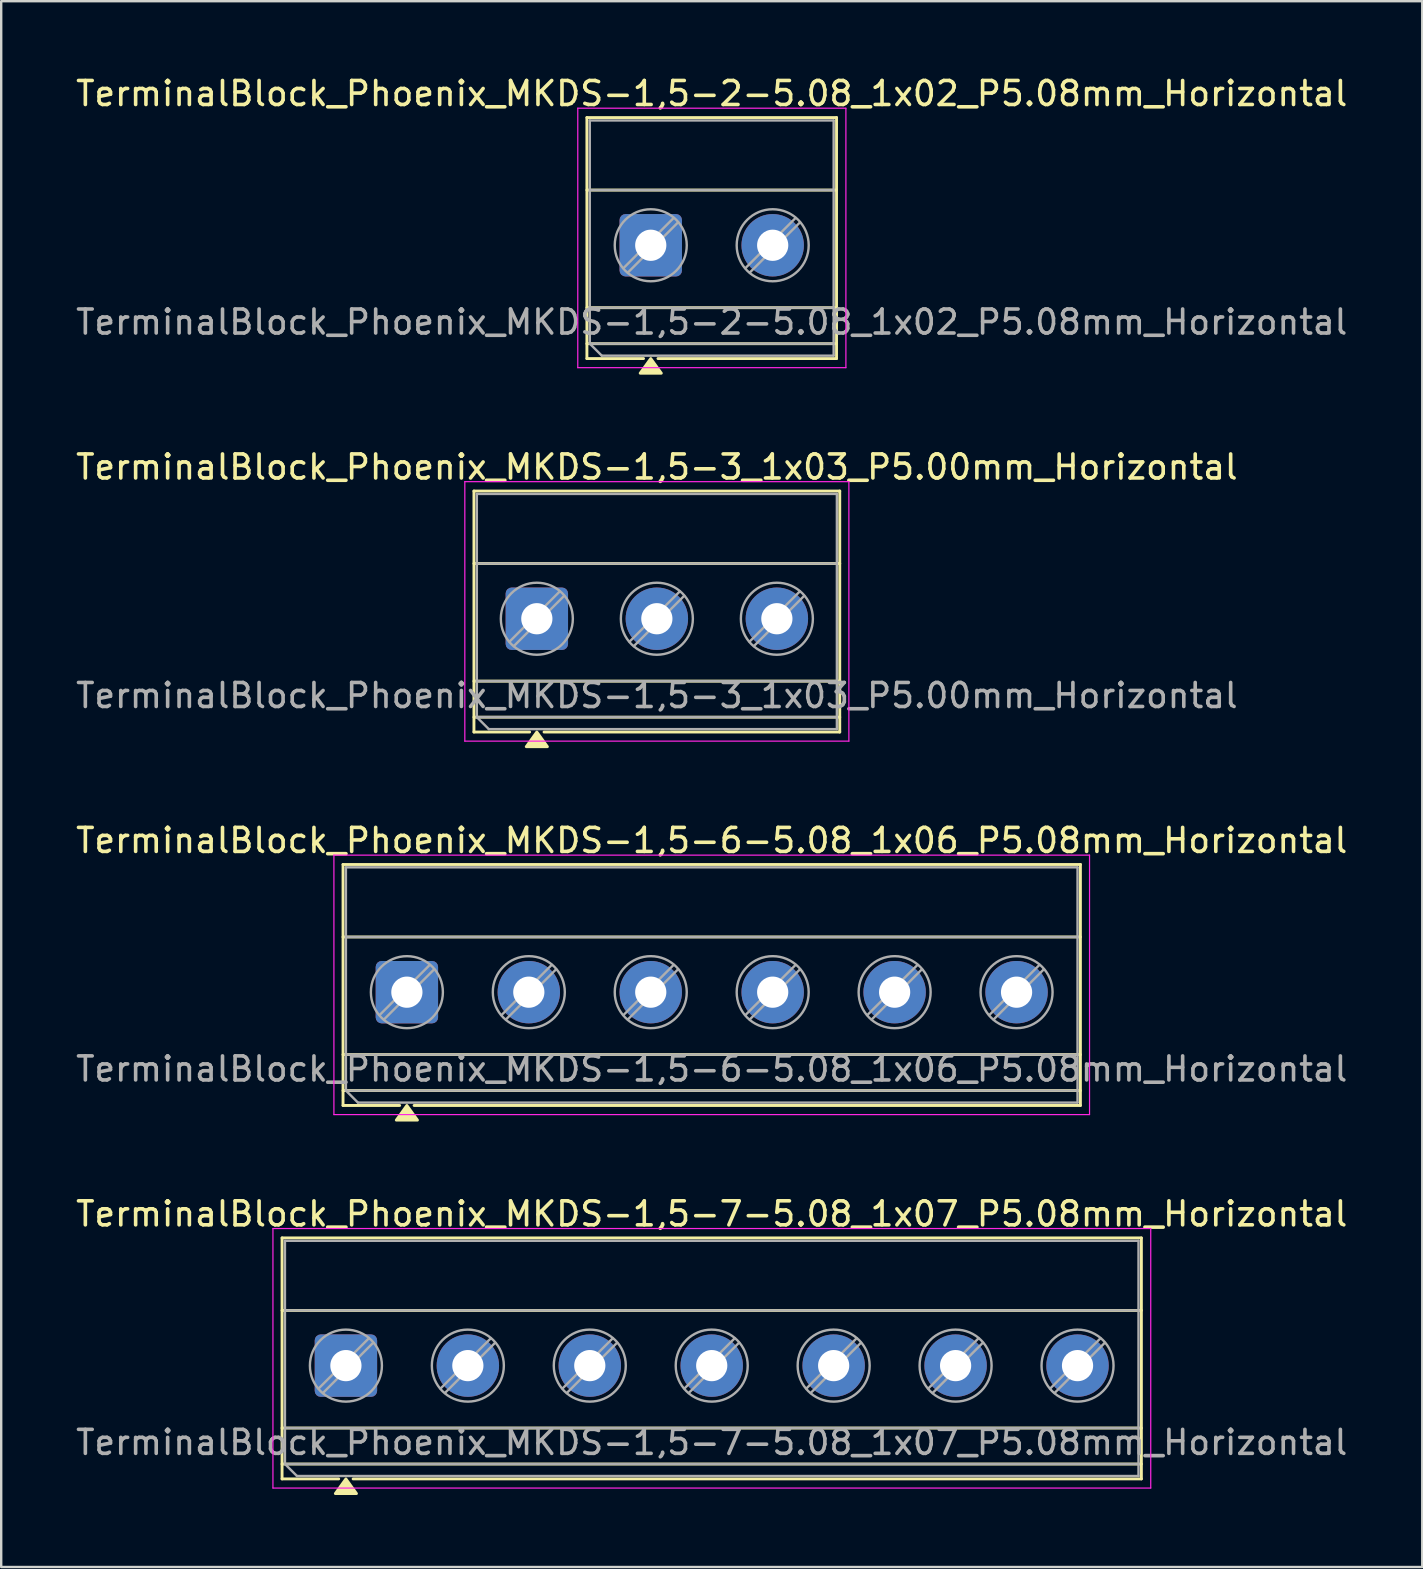
<source format=kicad_pcb>
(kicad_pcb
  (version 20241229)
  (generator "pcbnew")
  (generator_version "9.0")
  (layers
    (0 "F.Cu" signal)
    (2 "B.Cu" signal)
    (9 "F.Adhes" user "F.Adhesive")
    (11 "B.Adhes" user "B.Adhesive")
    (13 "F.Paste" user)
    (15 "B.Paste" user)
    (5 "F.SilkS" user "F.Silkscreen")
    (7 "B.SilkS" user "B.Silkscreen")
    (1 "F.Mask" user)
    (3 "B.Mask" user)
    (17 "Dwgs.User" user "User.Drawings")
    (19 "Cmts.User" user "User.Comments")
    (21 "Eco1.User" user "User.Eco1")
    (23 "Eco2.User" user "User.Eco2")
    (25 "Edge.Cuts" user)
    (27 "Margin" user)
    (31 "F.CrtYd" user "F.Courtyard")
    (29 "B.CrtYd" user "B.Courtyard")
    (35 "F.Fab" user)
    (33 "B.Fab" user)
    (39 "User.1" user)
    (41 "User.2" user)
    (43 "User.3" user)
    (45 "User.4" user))
  (footprint "TerminalBlock_Phoenix_MKDS-1,5-7-5.08_1x07_P5.08mm_Horizontal"
    (layer "F.Cu")
    (at 11.361 53.843)
    (property "Reference" "TerminalBlock_Phoenix_MKDS-1,5-7-5.08_1x07_P5.08mm_Horizontal" (at 15.24 -6.32 0) (layer "F.SilkS") (effects (font (size 1 1) (thickness 0.15))))
    (attr through_hole)
    (fp_line (start -2.66 -5.32) (end -2.66 4.72) (stroke (width 0.12) (type solid)) (layer "F.SilkS"))
    (fp_line (start -2.66 -5.32) (end 33.14 -5.32) (stroke (width 0.12) (type solid)) (layer "F.SilkS"))
    (fp_line (start -2.66 -2.3) (end 33.14 -2.3) (stroke (width 0.12) (type solid)) (layer "F.SilkS"))
    (fp_line (start -2.66 2.6) (end 33.14 2.6) (stroke (width 0.12) (type solid)) (layer "F.SilkS"))
    (fp_line (start -2.66 4.1) (end 33.14 4.1) (stroke (width 0.12) (type solid)) (layer "F.SilkS"))
    (fp_line (start -2.66 4.72) (end -0.3 4.72) (stroke (width 0.12) (type solid)) (layer "F.SilkS"))
    (fp_line (start 0.3 4.72) (end 33.14 4.72) (stroke (width 0.12) (type solid)) (layer "F.SilkS"))
    (fp_line (start 33.14 -5.32) (end 33.14 4.72) (stroke (width 0.12) (type solid)) (layer "F.SilkS"))
    (fp_poly (pts (xy 0 4.72) (xy 0.44 5.33) (xy -0.44 5.33)) (stroke (width 0.12) (type solid)) (fill yes) (layer "F.SilkS"))
    (fp_line (start -3.04 -5.71) (end -3.04 5.1) (stroke (width 0.05) (type solid)) (layer "F.CrtYd"))
    (fp_line (start -3.04 5.1) (end 33.53 5.1) (stroke (width 0.05) (type solid)) (layer "F.CrtYd"))
    (fp_line (start 33.53 -5.71) (end -3.04 -5.71) (stroke (width 0.05) (type solid)) (layer "F.CrtYd"))
    (fp_line (start 33.53 5.1) (end 33.53 -5.71) (stroke (width 0.05) (type solid)) (layer "F.CrtYd"))
    (fp_line (start -2.54 -5.2) (end 33.02 -5.2) (stroke (width 0.1) (type solid)) (layer "F.Fab"))
    (fp_line (start -2.54 -2.3) (end 33.02 -2.3) (stroke (width 0.1) (type solid)) (layer "F.Fab"))
    (fp_line (start -2.54 2.6) (end 33.02 2.6) (stroke (width 0.1) (type solid)) (layer "F.Fab"))
    (fp_line (start -2.54 4.1) (end -2.54 -5.2) (stroke (width 0.1) (type solid)) (layer "F.Fab"))
    (fp_line (start -2.54 4.1) (end 33.02 4.1) (stroke (width 0.1) (type solid)) (layer "F.Fab"))
    (fp_line (start -2.04 4.6) (end -2.54 4.1) (stroke (width 0.1) (type solid)) (layer "F.Fab"))
    (fp_line (start 0.955 -1.138) (end -1.138 0.954) (stroke (width 0.1) (type solid)) (layer "F.Fab"))
    (fp_line (start 1.138 -0.954) (end -0.955 1.137) (stroke (width 0.1) (type solid)) (layer "F.Fab"))
    (fp_line (start 6.035 -1.138) (end 3.942 0.954) (stroke (width 0.1) (type solid)) (layer "F.Fab"))
    (fp_line (start 6.218 -0.954) (end 4.125 1.137) (stroke (width 0.1) (type solid)) (layer "F.Fab"))
    (fp_line (start 11.115 -1.138) (end 9.022 0.954) (stroke (width 0.1) (type solid)) (layer "F.Fab"))
    (fp_line (start 11.298 -0.954) (end 9.205 1.137) (stroke (width 0.1) (type solid)) (layer "F.Fab"))
    (fp_line (start 16.195 -1.138) (end 14.102 0.954) (stroke (width 0.1) (type solid)) (layer "F.Fab"))
    (fp_line (start 16.378 -0.954) (end 14.285 1.137) (stroke (width 0.1) (type solid)) (layer "F.Fab"))
    (fp_line (start 21.275 -1.138) (end 19.182 0.954) (stroke (width 0.1) (type solid)) (layer "F.Fab"))
    (fp_line (start 21.458 -0.954) (end 19.365 1.137) (stroke (width 0.1) (type solid)) (layer "F.Fab"))
    (fp_line (start 26.355 -1.138) (end 24.262 0.954) (stroke (width 0.1) (type solid)) (layer "F.Fab"))
    (fp_line (start 26.538 -0.954) (end 24.445 1.137) (stroke (width 0.1) (type solid)) (layer "F.Fab"))
    (fp_line (start 31.435 -1.138) (end 29.342 0.954) (stroke (width 0.1) (type solid)) (layer "F.Fab"))
    (fp_line (start 31.618 -0.954) (end 29.525 1.137) (stroke (width 0.1) (type solid)) (layer "F.Fab"))
    (fp_line (start 33.02 -5.2) (end 33.02 4.6) (stroke (width 0.1) (type solid)) (layer "F.Fab"))
    (fp_line (start 33.02 4.6) (end -2.04 4.6) (stroke (width 0.1) (type solid)) (layer "F.Fab"))
    (fp_circle (center 0 0) (end 1.5 0) (stroke (width 0.1) (type solid)) (fill no) (layer "F.Fab"))
    (fp_circle (center 5.08 0) (end 6.58 0) (stroke (width 0.1) (type solid)) (fill no) (layer "F.Fab"))
    (fp_circle (center 10.16 0) (end 11.66 0) (stroke (width 0.1) (type solid)) (fill no) (layer "F.Fab"))
    (fp_circle (center 15.24 0) (end 16.74 0) (stroke (width 0.1) (type solid)) (fill no) (layer "F.Fab"))
    (fp_circle (center 20.32 0) (end 21.82 0) (stroke (width 0.1) (type solid)) (fill no) (layer "F.Fab"))
    (fp_circle (center 25.4 0) (end 26.9 0) (stroke (width 0.1) (type solid)) (fill no) (layer "F.Fab"))
    (fp_circle (center 30.48 0) (end 31.98 0) (stroke (width 0.1) (type solid)) (fill no) (layer "F.Fab"))
    (fp_text user "${REFERENCE}" (at 15.24 3.2 0) (layer "F.Fab") (effects (font (size 1 1) (thickness 0.15))))
    (pad "1" thru_hole roundrect (at 0 0) (size 2.6 2.6) (drill 1.3) (layers "*.Cu" "*.Mask") (roundrect_rratio 0.096))
    (pad "2" thru_hole circle (at 5.08 0) (size 2.6 2.6) (drill 1.3) (layers "*.Cu" "*.Mask"))
    (pad "3" thru_hole circle (at 10.16 0) (size 2.6 2.6) (drill 1.3) (layers "*.Cu" "*.Mask"))
    (pad "4" thru_hole circle (at 15.24 0) (size 2.6 2.6) (drill 1.3) (layers "*.Cu" "*.Mask"))
    (pad "5" thru_hole circle (at 20.32 0) (size 2.6 2.6) (drill 1.3) (layers "*.Cu" "*.Mask"))
    (pad "6" thru_hole circle (at 25.4 0) (size 2.6 2.6) (drill 1.3) (layers "*.Cu" "*.Mask"))
    (pad "7" thru_hole circle (at 30.48 0) (size 2.6 2.6) (drill 1.3) (layers "*.Cu" "*.Mask")))
  (footprint "TerminalBlock_Phoenix_MKDS-1,5-3_1x03_P5.00mm_Horizontal"
    (layer "F.Cu")
    (at 19.315 22.727)
    (property "Reference" "TerminalBlock_Phoenix_MKDS-1,5-3_1x03_P5.00mm_Horizontal" (at 5 -6.32 0) (layer "F.SilkS") (effects (font (size 1 1) (thickness 0.15))))
    (attr through_hole)
    (fp_line (start -2.62 -5.32) (end -2.62 4.72) (stroke (width 0.12) (type solid)) (layer "F.SilkS"))
    (fp_line (start -2.62 -5.32) (end 12.62 -5.32) (stroke (width 0.12) (type solid)) (layer "F.SilkS"))
    (fp_line (start -2.62 -2.3) (end 12.62 -2.3) (stroke (width 0.12) (type solid)) (layer "F.SilkS"))
    (fp_line (start -2.62 2.6) (end 12.62 2.6) (stroke (width 0.12) (type solid)) (layer "F.SilkS"))
    (fp_line (start -2.62 4.1) (end 12.62 4.1) (stroke (width 0.12) (type solid)) (layer "F.SilkS"))
    (fp_line (start -2.62 4.72) (end -0.3 4.72) (stroke (width 0.12) (type solid)) (layer "F.SilkS"))
    (fp_line (start 0.3 4.72) (end 12.62 4.72) (stroke (width 0.12) (type solid)) (layer "F.SilkS"))
    (fp_line (start 12.62 -5.32) (end 12.62 4.72) (stroke (width 0.12) (type solid)) (layer "F.SilkS"))
    (fp_poly (pts (xy 0 4.72) (xy 0.44 5.33) (xy -0.44 5.33)) (stroke (width 0.12) (type solid)) (fill yes) (layer "F.SilkS"))
    (fp_line (start -3 -5.71) (end -3 5.1) (stroke (width 0.05) (type solid)) (layer "F.CrtYd"))
    (fp_line (start -3 5.1) (end 13 5.1) (stroke (width 0.05) (type solid)) (layer "F.CrtYd"))
    (fp_line (start 13 -5.71) (end -3 -5.71) (stroke (width 0.05) (type solid)) (layer "F.CrtYd"))
    (fp_line (start 13 5.1) (end 13 -5.71) (stroke (width 0.05) (type solid)) (layer "F.CrtYd"))
    (fp_line (start -2.5 -5.2) (end 12.5 -5.2) (stroke (width 0.1) (type solid)) (layer "F.Fab"))
    (fp_line (start -2.5 -2.3) (end 12.5 -2.3) (stroke (width 0.1) (type solid)) (layer "F.Fab"))
    (fp_line (start -2.5 2.6) (end 12.5 2.6) (stroke (width 0.1) (type solid)) (layer "F.Fab"))
    (fp_line (start -2.5 4.1) (end -2.5 -5.2) (stroke (width 0.1) (type solid)) (layer "F.Fab"))
    (fp_line (start -2.5 4.1) (end 12.5 4.1) (stroke (width 0.1) (type solid)) (layer "F.Fab"))
    (fp_line (start -2 4.6) (end -2.5 4.1) (stroke (width 0.1) (type solid)) (layer "F.Fab"))
    (fp_line (start 0.955 -1.138) (end -1.138 0.954) (stroke (width 0.1) (type solid)) (layer "F.Fab"))
    (fp_line (start 1.138 -0.954) (end -0.955 1.137) (stroke (width 0.1) (type solid)) (layer "F.Fab"))
    (fp_line (start 5.955 -1.138) (end 3.862 0.954) (stroke (width 0.1) (type solid)) (layer "F.Fab"))
    (fp_line (start 6.138 -0.954) (end 4.045 1.137) (stroke (width 0.1) (type solid)) (layer "F.Fab"))
    (fp_line (start 10.955 -1.138) (end 8.862 0.954) (stroke (width 0.1) (type solid)) (layer "F.Fab"))
    (fp_line (start 11.138 -0.954) (end 9.045 1.137) (stroke (width 0.1) (type solid)) (layer "F.Fab"))
    (fp_line (start 12.5 -5.2) (end 12.5 4.6) (stroke (width 0.1) (type solid)) (layer "F.Fab"))
    (fp_line (start 12.5 4.6) (end -2 4.6) (stroke (width 0.1) (type solid)) (layer "F.Fab"))
    (fp_circle (center 0 0) (end 1.5 0) (stroke (width 0.1) (type solid)) (fill no) (layer "F.Fab"))
    (fp_circle (center 5 0) (end 6.5 0) (stroke (width 0.1) (type solid)) (fill no) (layer "F.Fab"))
    (fp_circle (center 10 0) (end 11.5 0) (stroke (width 0.1) (type solid)) (fill no) (layer "F.Fab"))
    (fp_text user "${REFERENCE}" (at 5 3.2 0) (layer "F.Fab") (effects (font (size 1 1) (thickness 0.15))))
    (pad "1" thru_hole roundrect (at 0 0) (size 2.6 2.6) (drill 1.3) (layers "*.Cu" "*.Mask") (roundrect_rratio 0.096))
    (pad "2" thru_hole circle (at 5 0) (size 2.6 2.6) (drill 1.3) (layers "*.Cu" "*.Mask"))
    (pad "3" thru_hole circle (at 10 0) (size 2.6 2.6) (drill 1.3) (layers "*.Cu" "*.Mask")))
  (footprint "TerminalBlock_Phoenix_MKDS-1,5-2-5.08_1x02_P5.08mm_Horizontal"
    (layer "F.Cu")
    (at 24.061 7.168)
    (property "Reference" "TerminalBlock_Phoenix_MKDS-1,5-2-5.08_1x02_P5.08mm_Horizontal" (at 2.54 -6.32 0) (layer "F.SilkS") (effects (font (size 1 1) (thickness 0.15))))
    (attr through_hole)
    (fp_line (start -2.66 -5.32) (end -2.66 4.72) (stroke (width 0.12) (type solid)) (layer "F.SilkS"))
    (fp_line (start -2.66 -5.32) (end 7.74 -5.32) (stroke (width 0.12) (type solid)) (layer "F.SilkS"))
    (fp_line (start -2.66 -2.3) (end 7.74 -2.3) (stroke (width 0.12) (type solid)) (layer "F.SilkS"))
    (fp_line (start -2.66 2.6) (end 7.74 2.6) (stroke (width 0.12) (type solid)) (layer "F.SilkS"))
    (fp_line (start -2.66 4.1) (end 7.74 4.1) (stroke (width 0.12) (type solid)) (layer "F.SilkS"))
    (fp_line (start -2.66 4.72) (end -0.3 4.72) (stroke (width 0.12) (type solid)) (layer "F.SilkS"))
    (fp_line (start 0.3 4.72) (end 7.74 4.72) (stroke (width 0.12) (type solid)) (layer "F.SilkS"))
    (fp_line (start 7.74 -5.32) (end 7.74 4.72) (stroke (width 0.12) (type solid)) (layer "F.SilkS"))
    (fp_poly (pts (xy 0 4.72) (xy 0.44 5.33) (xy -0.44 5.33)) (stroke (width 0.12) (type solid)) (fill yes) (layer "F.SilkS"))
    (fp_line (start -3.04 -5.71) (end -3.04 5.1) (stroke (width 0.05) (type solid)) (layer "F.CrtYd"))
    (fp_line (start -3.04 5.1) (end 8.13 5.1) (stroke (width 0.05) (type solid)) (layer "F.CrtYd"))
    (fp_line (start 8.13 -5.71) (end -3.04 -5.71) (stroke (width 0.05) (type solid)) (layer "F.CrtYd"))
    (fp_line (start 8.13 5.1) (end 8.13 -5.71) (stroke (width 0.05) (type solid)) (layer "F.CrtYd"))
    (fp_line (start -2.54 -5.2) (end 7.62 -5.2) (stroke (width 0.1) (type solid)) (layer "F.Fab"))
    (fp_line (start -2.54 -2.3) (end 7.62 -2.3) (stroke (width 0.1) (type solid)) (layer "F.Fab"))
    (fp_line (start -2.54 2.6) (end 7.62 2.6) (stroke (width 0.1) (type solid)) (layer "F.Fab"))
    (fp_line (start -2.54 4.1) (end -2.54 -5.2) (stroke (width 0.1) (type solid)) (layer "F.Fab"))
    (fp_line (start -2.54 4.1) (end 7.62 4.1) (stroke (width 0.1) (type solid)) (layer "F.Fab"))
    (fp_line (start -2.04 4.6) (end -2.54 4.1) (stroke (width 0.1) (type solid)) (layer "F.Fab"))
    (fp_line (start 0.955 -1.138) (end -1.138 0.954) (stroke (width 0.1) (type solid)) (layer "F.Fab"))
    (fp_line (start 1.138 -0.954) (end -0.955 1.137) (stroke (width 0.1) (type solid)) (layer "F.Fab"))
    (fp_line (start 6.035 -1.138) (end 3.942 0.954) (stroke (width 0.1) (type solid)) (layer "F.Fab"))
    (fp_line (start 6.218 -0.954) (end 4.125 1.137) (stroke (width 0.1) (type solid)) (layer "F.Fab"))
    (fp_line (start 7.62 -5.2) (end 7.62 4.6) (stroke (width 0.1) (type solid)) (layer "F.Fab"))
    (fp_line (start 7.62 4.6) (end -2.04 4.6) (stroke (width 0.1) (type solid)) (layer "F.Fab"))
    (fp_circle (center 0 0) (end 1.5 0) (stroke (width 0.1) (type solid)) (fill no) (layer "F.Fab"))
    (fp_circle (center 5.08 0) (end 6.58 0) (stroke (width 0.1) (type solid)) (fill no) (layer "F.Fab"))
    (fp_text user "${REFERENCE}" (at 2.54 3.2 0) (layer "F.Fab") (effects (font (size 1 1) (thickness 0.15))))
    (pad "1" thru_hole roundrect (at 0 0) (size 2.6 2.6) (drill 1.3) (layers "*.Cu" "*.Mask") (roundrect_rratio 0.096))
    (pad "2" thru_hole circle (at 5.08 0) (size 2.6 2.6) (drill 1.3) (layers "*.Cu" "*.Mask")))
  (footprint "TerminalBlock_Phoenix_MKDS-1,5-6-5.08_1x06_P5.08mm_Horizontal"
    (layer "F.Cu")
    (at 13.901 38.285)
    (property "Reference" "TerminalBlock_Phoenix_MKDS-1,5-6-5.08_1x06_P5.08mm_Horizontal" (at 12.7 -6.32 0) (layer "F.SilkS") (effects (font (size 1 1) (thickness 0.15))))
    (attr through_hole)
    (fp_line (start -2.66 -5.32) (end -2.66 4.72) (stroke (width 0.12) (type solid)) (layer "F.SilkS"))
    (fp_line (start -2.66 -5.32) (end 28.06 -5.32) (stroke (width 0.12) (type solid)) (layer "F.SilkS"))
    (fp_line (start -2.66 -2.3) (end 28.06 -2.3) (stroke (width 0.12) (type solid)) (layer "F.SilkS"))
    (fp_line (start -2.66 2.6) (end 28.06 2.6) (stroke (width 0.12) (type solid)) (layer "F.SilkS"))
    (fp_line (start -2.66 4.1) (end 28.06 4.1) (stroke (width 0.12) (type solid)) (layer "F.SilkS"))
    (fp_line (start -2.66 4.72) (end -0.3 4.72) (stroke (width 0.12) (type solid)) (layer "F.SilkS"))
    (fp_line (start 0.3 4.72) (end 28.06 4.72) (stroke (width 0.12) (type solid)) (layer "F.SilkS"))
    (fp_line (start 28.06 -5.32) (end 28.06 4.72) (stroke (width 0.12) (type solid)) (layer "F.SilkS"))
    (fp_poly (pts (xy 0 4.72) (xy 0.44 5.33) (xy -0.44 5.33)) (stroke (width 0.12) (type solid)) (fill yes) (layer "F.SilkS"))
    (fp_line (start -3.04 -5.71) (end -3.04 5.1) (stroke (width 0.05) (type solid)) (layer "F.CrtYd"))
    (fp_line (start -3.04 5.1) (end 28.44 5.1) (stroke (width 0.05) (type solid)) (layer "F.CrtYd"))
    (fp_line (start 28.44 -5.71) (end -3.04 -5.71) (stroke (width 0.05) (type solid)) (layer "F.CrtYd"))
    (fp_line (start 28.44 5.1) (end 28.44 -5.71) (stroke (width 0.05) (type solid)) (layer "F.CrtYd"))
    (fp_line (start -2.54 -5.2) (end 27.94 -5.2) (stroke (width 0.1) (type solid)) (layer "F.Fab"))
    (fp_line (start -2.54 -2.3) (end 27.94 -2.3) (stroke (width 0.1) (type solid)) (layer "F.Fab"))
    (fp_line (start -2.54 2.6) (end 27.94 2.6) (stroke (width 0.1) (type solid)) (layer "F.Fab"))
    (fp_line (start -2.54 4.1) (end -2.54 -5.2) (stroke (width 0.1) (type solid)) (layer "F.Fab"))
    (fp_line (start -2.54 4.1) (end 27.94 4.1) (stroke (width 0.1) (type solid)) (layer "F.Fab"))
    (fp_line (start -2.04 4.6) (end -2.54 4.1) (stroke (width 0.1) (type solid)) (layer "F.Fab"))
    (fp_line (start 0.955 -1.138) (end -1.138 0.954) (stroke (width 0.1) (type solid)) (layer "F.Fab"))
    (fp_line (start 1.138 -0.954) (end -0.955 1.137) (stroke (width 0.1) (type solid)) (layer "F.Fab"))
    (fp_line (start 6.035 -1.138) (end 3.942 0.954) (stroke (width 0.1) (type solid)) (layer "F.Fab"))
    (fp_line (start 6.218 -0.954) (end 4.125 1.137) (stroke (width 0.1) (type solid)) (layer "F.Fab"))
    (fp_line (start 11.115 -1.138) (end 9.022 0.954) (stroke (width 0.1) (type solid)) (layer "F.Fab"))
    (fp_line (start 11.298 -0.954) (end 9.205 1.137) (stroke (width 0.1) (type solid)) (layer "F.Fab"))
    (fp_line (start 16.195 -1.138) (end 14.102 0.954) (stroke (width 0.1) (type solid)) (layer "F.Fab"))
    (fp_line (start 16.378 -0.954) (end 14.285 1.137) (stroke (width 0.1) (type solid)) (layer "F.Fab"))
    (fp_line (start 21.275 -1.138) (end 19.182 0.954) (stroke (width 0.1) (type solid)) (layer "F.Fab"))
    (fp_line (start 21.458 -0.954) (end 19.365 1.137) (stroke (width 0.1) (type solid)) (layer "F.Fab"))
    (fp_line (start 26.355 -1.138) (end 24.262 0.954) (stroke (width 0.1) (type solid)) (layer "F.Fab"))
    (fp_line (start 26.538 -0.954) (end 24.445 1.137) (stroke (width 0.1) (type solid)) (layer "F.Fab"))
    (fp_line (start 27.94 -5.2) (end 27.94 4.6) (stroke (width 0.1) (type solid)) (layer "F.Fab"))
    (fp_line (start 27.94 4.6) (end -2.04 4.6) (stroke (width 0.1) (type solid)) (layer "F.Fab"))
    (fp_circle (center 0 0) (end 1.5 0) (stroke (width 0.1) (type solid)) (fill no) (layer "F.Fab"))
    (fp_circle (center 5.08 0) (end 6.58 0) (stroke (width 0.1) (type solid)) (fill no) (layer "F.Fab"))
    (fp_circle (center 10.16 0) (end 11.66 0) (stroke (width 0.1) (type solid)) (fill no) (layer "F.Fab"))
    (fp_circle (center 15.24 0) (end 16.74 0) (stroke (width 0.1) (type solid)) (fill no) (layer "F.Fab"))
    (fp_circle (center 20.32 0) (end 21.82 0) (stroke (width 0.1) (type solid)) (fill no) (layer "F.Fab"))
    (fp_circle (center 25.4 0) (end 26.9 0) (stroke (width 0.1) (type solid)) (fill no) (layer "F.Fab"))
    (fp_text user "${REFERENCE}" (at 12.7 3.2 0) (layer "F.Fab") (effects (font (size 1 1) (thickness 0.15))))
    (pad "1" thru_hole roundrect (at 0 0) (size 2.6 2.6) (drill 1.3) (layers "*.Cu" "*.Mask") (roundrect_rratio 0.096))
    (pad "2" thru_hole circle (at 5.08 0) (size 2.6 2.6) (drill 1.3) (layers "*.Cu" "*.Mask"))
    (pad "3" thru_hole circle (at 10.16 0) (size 2.6 2.6) (drill 1.3) (layers "*.Cu" "*.Mask"))
    (pad "4" thru_hole circle (at 15.24 0) (size 2.6 2.6) (drill 1.3) (layers "*.Cu" "*.Mask"))
    (pad "5" thru_hole circle (at 20.32 0) (size 2.6 2.6) (drill 1.3) (layers "*.Cu" "*.Mask"))
    (pad "6" thru_hole circle (at 25.4 0) (size 2.6 2.6) (drill 1.3) (layers "*.Cu" "*.Mask")))
  (gr_rect
    (start -3 -3)
    (end 56.202 62.233)
    (stroke (width 0.1) (type default))
    (fill no)
    (layer "Edge.Cuts")))
</source>
